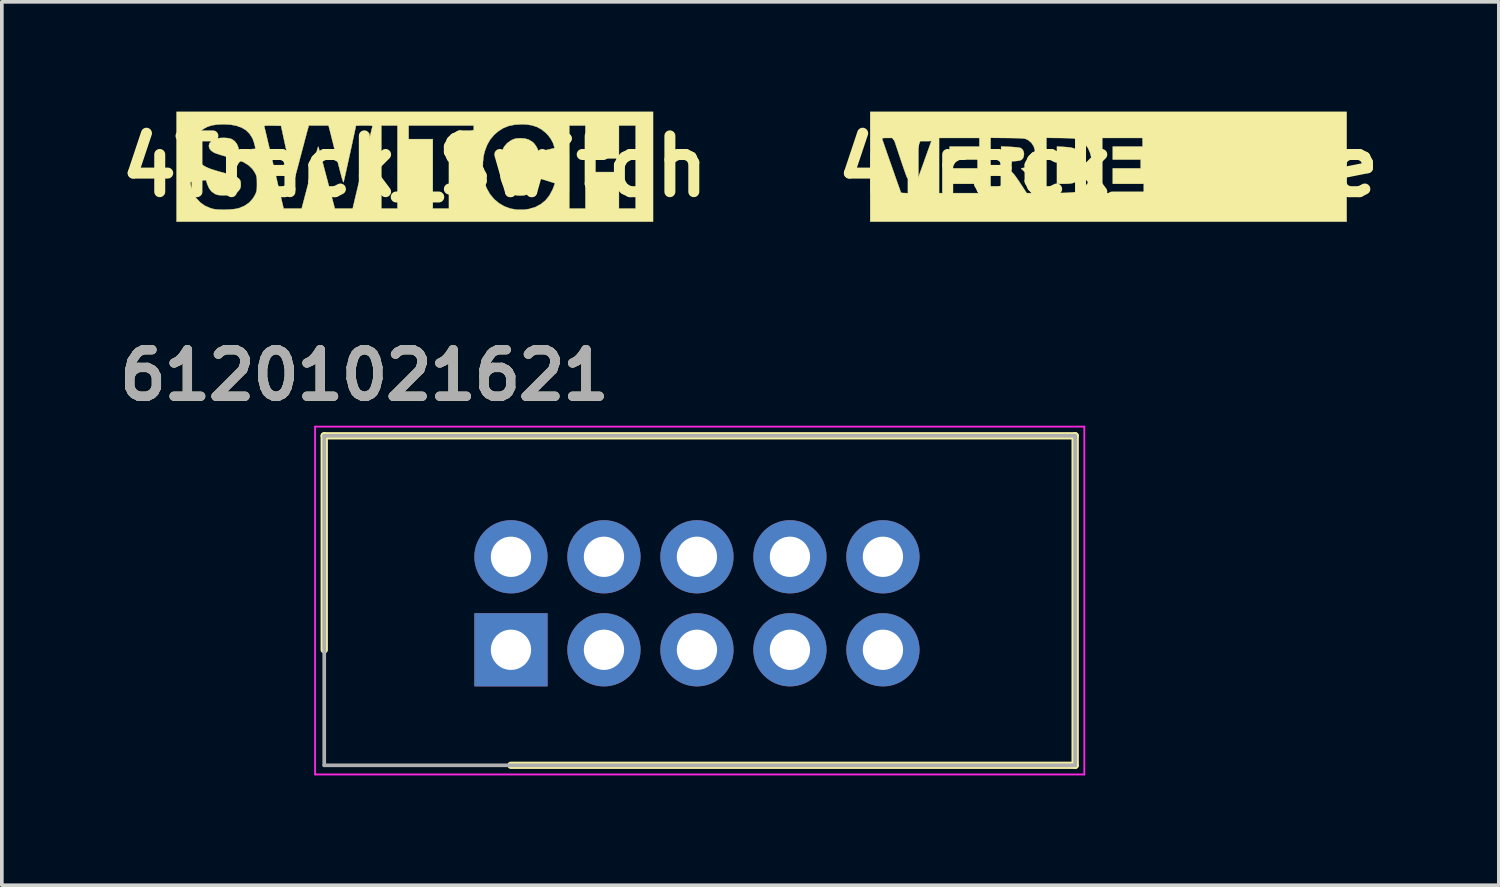
<source format=kicad_pcb>
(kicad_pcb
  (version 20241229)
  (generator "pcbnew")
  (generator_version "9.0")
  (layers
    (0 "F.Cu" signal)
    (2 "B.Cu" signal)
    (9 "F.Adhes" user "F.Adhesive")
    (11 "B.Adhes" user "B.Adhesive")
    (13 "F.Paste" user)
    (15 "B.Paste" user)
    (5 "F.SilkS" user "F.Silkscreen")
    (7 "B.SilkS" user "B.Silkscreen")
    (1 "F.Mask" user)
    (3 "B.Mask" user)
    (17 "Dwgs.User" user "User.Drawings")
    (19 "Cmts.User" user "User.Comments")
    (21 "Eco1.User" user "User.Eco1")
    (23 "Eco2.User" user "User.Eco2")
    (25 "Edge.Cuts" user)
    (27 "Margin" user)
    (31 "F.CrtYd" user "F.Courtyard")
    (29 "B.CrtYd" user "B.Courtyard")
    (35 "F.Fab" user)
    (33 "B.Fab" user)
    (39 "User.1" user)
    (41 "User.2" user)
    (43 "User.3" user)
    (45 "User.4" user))
  (footprint "61201021621"
    (layer "F.Cu")
    (at 10.906 14.698)
    (property "Reference" "61201021621" (at -4 -7.5 0) (layer "F.SilkS") (effects (font (size 1.27 1.27) (thickness 0.254))))
    (attr through_hole)
    (fp_line (start -5.1 -5.845) (end -5.1 0) (stroke (width 0.2) (type solid)) (layer "F.SilkS"))
    (fp_line (start 0 3.155) (end 15.41 3.155) (stroke (width 0.2) (type solid)) (layer "F.SilkS"))
    (fp_line (start 15.41 -5.845) (end -5.1 -5.845) (stroke (width 0.2) (type solid)) (layer "F.SilkS"))
    (fp_line (start 15.41 3.155) (end 15.41 -5.845) (stroke (width 0.2) (type solid)) (layer "F.SilkS"))
    (fp_line (start -5.35 -6.095) (end 15.66 -6.095) (stroke (width 0.05) (type solid)) (layer "F.CrtYd"))
    (fp_line (start -5.35 3.405) (end -5.35 -6.095) (stroke (width 0.05) (type solid)) (layer "F.CrtYd"))
    (fp_line (start 15.66 -6.095) (end 15.66 3.405) (stroke (width 0.05) (type solid)) (layer "F.CrtYd"))
    (fp_line (start 15.66 3.405) (end -5.35 3.405) (stroke (width 0.05) (type solid)) (layer "F.CrtYd"))
    (fp_line (start -5.1 -5.845) (end 15.41 -5.845) (stroke (width 0.1) (type solid)) (layer "F.Fab"))
    (fp_line (start -5.1 3.155) (end -5.1 -5.845) (stroke (width 0.1) (type solid)) (layer "F.Fab"))
    (fp_line (start 15.41 -5.845) (end 15.41 3.155) (stroke (width 0.1) (type solid)) (layer "F.Fab"))
    (fp_line (start 15.41 3.155) (end -5.1 3.155) (stroke (width 0.1) (type solid)) (layer "F.Fab"))
    (fp_text user "${REFERENCE}" (at -4 -7.5 0) (layer "F.Fab") (effects (font (size 1.27 1.27) (thickness 0.254))))
    (pad "1" thru_hole rect (at 0 0) (size 2 2) (drill 1.1) (layers "*.Cu" "*.Mask"))
    (pad "2" thru_hole circle (at 0 -2.54) (size 2 2) (drill 1.1) (layers "*.Cu" "*.Mask"))
    (pad "3" thru_hole circle (at 2.54 0) (size 2 2) (drill 1.1) (layers "*.Cu" "*.Mask"))
    (pad "4" thru_hole circle (at 2.54 -2.54) (size 2 2) (drill 1.1) (layers "*.Cu" "*.Mask"))
    (pad "5" thru_hole circle (at 5.08 0) (size 2 2) (drill 1.1) (layers "*.Cu" "*.Mask"))
    (pad "6" thru_hole circle (at 5.08 -2.54) (size 2 2) (drill 1.1) (layers "*.Cu" "*.Mask"))
    (pad "7" thru_hole circle (at 7.62 0) (size 2 2) (drill 1.1) (layers "*.Cu" "*.Mask"))
    (pad "8" thru_hole circle (at 7.62 -2.54) (size 2 2) (drill 1.1) (layers "*.Cu" "*.Mask"))
    (pad "9" thru_hole circle (at 10.16 0) (size 2 2) (drill 1.1) (layers "*.Cu" "*.Mask"))
    (pad "10" thru_hole circle (at 10.16 -2.54) (size 2 2) (drill 1.1) (layers "*.Cu" "*.Mask")))
  (footprint "4Track_verde"
    (layer "F.Cu")
    (at 27.225 1.496)
    (property "Reference" "4Track_verde" (at 0 0 0) (layer "F.SilkS") (effects (font (size 1.524 1.524) (thickness 0.3))))
    (attr through_hole)
    (fp_poly (pts (xy -2.69 -0.535) (xy -2.599 -0.53) (xy -2.516 -0.523) (xy -2.45 -0.515) (xy -2.408 -0.507) (xy -2.401 -0.505) (xy -2.351 -0.469) (xy -2.318 -0.411) (xy -2.305 -0.341) (xy -2.316 -0.269) (xy -2.324 -0.247) (xy -2.344 -0.211) (xy -2.37 -0.185) (xy -2.408 -0.167) (xy -2.463 -0.154) (xy -2.54 -0.146) (xy -2.644 -0.14) (xy -2.681 -0.139) (xy -2.931 -0.131) (xy -2.931 -0.547) (xy -2.69 -0.535)) (stroke (width 0.01) (type solid)) (fill yes) (layer "F.SilkS"))
    (fp_poly (pts (xy -1.207 -0.533) (xy -1.09 -0.524) (xy -1 -0.51) (xy -0.932 -0.488) (xy -0.881 -0.455) (xy -0.841 -0.409) (xy -0.805 -0.347) (xy -0.784 -0.303) (xy -0.769 -0.265) (xy -0.761 -0.224) (xy -0.756 -0.174) (xy -0.754 -0.104) (xy -0.754 -0.034) (xy -0.758 0.103) (xy -0.771 0.21) (xy -0.794 0.293) (xy -0.828 0.356) (xy -0.866 0.397) (xy -0.913 0.429) (xy -0.968 0.452) (xy -1.039 0.466) (xy -1.132 0.473) (xy -1.224 0.474) (xy -1.406 0.474) (xy -1.406 -0.544) (xy -1.207 -0.533)) (stroke (width 0.01) (type solid)) (fill yes) (layer "F.SilkS"))
    (fp_poly (pts (xy 6.507 1.508) (xy -6.507 1.508) (xy -6.507 0.732) (xy -1.694 0.732) (xy -1.317 0.725) (xy -1.187 0.722) (xy -1.085 0.719) (xy -1.007 0.714) (xy -0.948 0.708) (xy -0.903 0.701) (xy -0.866 0.691) (xy -0.856 0.687) (xy -0.73 0.626) (xy -0.63 0.544) (xy -0.577 0.475) (xy -0.513 0.35) (xy -0.471 0.211) (xy -0.449 0.062) (xy -0.447 -0.089) (xy -0.465 -0.237) (xy -0.502 -0.376) (xy -0.558 -0.501) (xy -0.632 -0.604) (xy -0.663 -0.636) (xy -0.709 -0.675) (xy -0.751 -0.706) (xy -0.795 -0.73) (xy -0.845 -0.747) (xy -0.906 -0.759) (xy -0.983 -0.767) (xy -1.082 -0.772) (xy -1.207 -0.775) (xy -1.292 -0.777) (xy -1.501 -0.779) (xy -0.169 -0.779) (xy -0.169 0.729) (xy 0.966 0.729) (xy 0.966 0.474) (xy 0.119 0.474) (xy 0.119 0.051) (xy 0.881 0.051) (xy 0.881 -0.186) (xy 0.119 -0.186) (xy 0.119 -0.542) (xy 0.932 -0.542) (xy 0.932 -0.779) (xy -0.169 -0.779) (xy -1.501 -0.779) (xy -1.694 -0.782) (xy -1.694 0.732) (xy -6.507 0.732) (xy -6.507 -0.767) (xy -6.185 -0.767) (xy -6.179 -0.749) (xy -6.164 -0.703) (xy -6.14 -0.633) (xy -6.109 -0.543) (xy -6.072 -0.436) (xy -6.03 -0.316) (xy -5.986 -0.188) (xy -5.939 -0.056) (xy -5.892 0.078) (xy -5.846 0.209) (xy -5.803 0.332) (xy -5.763 0.445) (xy -5.728 0.544) (xy -5.699 0.623) (xy -5.679 0.681) (xy -5.667 0.712) (xy -5.665 0.716) (xy -5.646 0.721) (xy -5.601 0.726) (xy -5.538 0.728) (xy -5.502 0.729) (xy -5.346 0.729) (xy -5.079 -0.014) (xy -5.025 -0.165) (xy -4.975 -0.306) (xy -4.929 -0.434) (xy -4.889 -0.546) (xy -4.856 -0.638) (xy -4.832 -0.708) (xy -4.817 -0.753) (xy -4.812 -0.768) (xy -4.828 -0.773) (xy -4.87 -0.777) (xy -4.931 -0.779) (xy -4.963 -0.779) (xy -4.626 -0.779) (xy -4.626 0.729) (xy -3.491 0.729) (xy -3.219 0.729) (xy -2.931 0.729) (xy -2.931 0.085) (xy -2.826 0.096) (xy -2.767 0.103) (xy -2.719 0.113) (xy -2.676 0.13) (xy -2.637 0.156) (xy -2.596 0.196) (xy -2.55 0.253) (xy -2.495 0.33) (xy -2.428 0.43) (xy -2.385 0.495) (xy -2.232 0.729) (xy -1.877 0.729) (xy -1.902 0.69) (xy -1.919 0.663) (xy -1.951 0.613) (xy -1.993 0.547) (xy -2.041 0.471) (xy -2.057 0.446) (xy -2.148 0.31) (xy -2.232 0.205) (xy -2.288 0.148) (xy -2.388 0.057) (xy -2.307 0.036) (xy -2.196 -0.008) (xy -2.109 -0.076) (xy -2.046 -0.167) (xy -2.01 -0.277) (xy -2.004 -0.32) (xy -2.008 -0.439) (xy -2.04 -0.547) (xy -2.098 -0.639) (xy -2.179 -0.711) (xy -2.217 -0.732) (xy -2.242 -0.744) (xy -2.267 -0.753) (xy -2.297 -0.76) (xy -2.336 -0.765) (xy -2.388 -0.769) (xy -2.459 -0.772) (xy -2.551 -0.774) (xy -2.671 -0.776) (xy -2.758 -0.777) (xy -3.219 -0.782) (xy -3.219 0.729) (xy -3.491 0.729) (xy -3.491 0.474) (xy -4.338 0.474) (xy -4.338 0.051) (xy -3.575 0.051) (xy -3.575 -0.186) (xy -4.338 -0.186) (xy -4.338 -0.542) (xy -3.524 -0.542) (xy -3.524 -0.779) (xy -4.626 -0.779) (xy -4.963 -0.779) (xy -5.114 -0.779) (xy -5.296 -0.233) (xy -5.339 -0.103) (xy -5.379 0.016) (xy -5.415 0.121) (xy -5.445 0.209) (xy -5.469 0.274) (xy -5.483 0.315) (xy -5.488 0.326) (xy -5.496 0.313) (xy -5.513 0.272) (xy -5.538 0.206) (xy -5.569 0.118) (xy -5.606 0.012) (xy -5.647 -0.108) (xy -5.685 -0.221) (xy -5.871 -0.779) (xy -6.028 -0.779) (xy -6.096 -0.778) (xy -6.149 -0.775) (xy -6.18 -0.77) (xy -6.185 -0.767) (xy -6.507 -0.767) (xy -6.507 -1.491) (xy 6.507 -1.491) (xy 6.507 1.508)) (stroke (width 0.01) (type solid)) (fill yes) (layer "F.SilkS")))
  (footprint "4Track_Switch"
    (layer "F.Cu")
    (at 8.28 1.496)
    (property "Reference" "4Track_Switch" (at 0 0 0) (layer "F.SilkS") (effects (font (size 1.524 1.524) (thickness 0.3))))
    (attr through_hole)
    (fp_poly (pts (xy 6.507 1.508) (xy -6.507 1.508) (xy -6.507 0.471) (xy -6.13 0.471) (xy -6.119 0.519) (xy -6.107 0.565) (xy -6.05 0.728) (xy -5.968 0.868) (xy -5.862 0.983) (xy -5.734 1.074) (xy -5.584 1.139) (xy -5.501 1.162) (xy -5.42 1.174) (xy -5.316 1.181) (xy -5.2 1.182) (xy -5.08 1.178) (xy -4.967 1.169) (xy -4.869 1.155) (xy -4.8 1.139) (xy -4.65 1.076) (xy -4.525 0.989) (xy -4.425 0.88) (xy -4.357 0.765) (xy -4.338 0.72) (xy -4.324 0.678) (xy -4.317 0.631) (xy -4.313 0.57) (xy -4.312 0.485) (xy -4.312 0.474) (xy -4.313 0.387) (xy -4.316 0.325) (xy -4.323 0.278) (xy -4.335 0.238) (xy -4.354 0.195) (xy -4.359 0.184) (xy -4.434 0.069) (xy -4.539 -0.031) (xy -4.671 -0.114) (xy -4.821 -0.177) (xy -4.868 -0.192) (xy -4.939 -0.213) (xy -5.027 -0.237) (xy -5.121 -0.263) (xy -5.154 -0.272) (xy -5.25 -0.298) (xy -5.341 -0.326) (xy -5.419 -0.352) (xy -5.476 -0.374) (xy -5.489 -0.381) (xy -5.565 -0.433) (xy -5.611 -0.495) (xy -5.626 -0.561) (xy -5.61 -0.626) (xy -5.564 -0.687) (xy -5.488 -0.737) (xy -5.485 -0.738) (xy -5.406 -0.763) (xy -5.309 -0.778) (xy -5.205 -0.781) (xy -5.106 -0.774) (xy -5.024 -0.755) (xy -5.006 -0.748) (xy -4.922 -0.692) (xy -4.859 -0.612) (xy -4.825 -0.53) (xy -4.804 -0.454) (xy -4.584 -0.466) (xy -4.501 -0.471) (xy -4.432 -0.475) (xy -4.383 -0.479) (xy -4.36 -0.482) (xy -4.359 -0.482) (xy -4.357 -0.503) (xy -4.364 -0.547) (xy -4.379 -0.605) (xy -4.397 -0.669) (xy -4.418 -0.729) (xy -4.439 -0.778) (xy -4.44 -0.779) (xy -4.515 -0.896) (xy -4.612 -0.99) (xy -4.731 -1.062) (xy -4.831 -1.098) (xy -4.113 -1.098) (xy -4.108 -1.078) (xy -4.096 -1.028) (xy -4.077 -0.95) (xy -4.053 -0.848) (xy -4.024 -0.724) (xy -3.99 -0.58) (xy -3.952 -0.421) (xy -3.911 -0.247) (xy -3.868 -0.062) (xy -3.845 0.038) (xy -3.584 1.152) (xy -3.338 1.152) (xy -3.091 1.152) (xy -2.889 0.385) (xy -2.837 0.186) (xy -2.792 0.018) (xy -2.755 -0.123) (xy -2.724 -0.239) (xy -2.699 -0.331) (xy -2.68 -0.403) (xy -2.665 -0.457) (xy -2.654 -0.495) (xy -2.646 -0.519) (xy -2.64 -0.533) (xy -2.636 -0.539) (xy -2.634 -0.539) (xy -2.629 -0.522) (xy -2.616 -0.475) (xy -2.596 -0.402) (xy -2.57 -0.306) (xy -2.539 -0.19) (xy -2.503 -0.057) (xy -2.465 0.089) (xy -2.423 0.246) (xy -2.423 0.246) (xy -2.381 0.405) (xy -2.342 0.556) (xy -2.305 0.695) (xy -2.273 0.819) (xy -2.245 0.923) (xy -2.223 1.006) (xy -2.208 1.062) (xy -2.201 1.089) (xy -2.185 1.152) (xy -1.697 1.152) (xy -1.671 1.038) (xy -1.66 0.992) (xy -1.643 0.919) (xy -1.62 0.823) (xy -1.593 0.708) (xy -1.561 0.575) (xy -1.526 0.43) (xy -1.489 0.275) (xy -1.45 0.114) (xy -1.411 -0.049) (xy -1.372 -0.212) (xy -1.334 -0.371) (xy -1.297 -0.523) (xy -1.263 -0.663) (xy -1.232 -0.79) (xy -1.206 -0.898) (xy -1.185 -0.986) (xy -1.169 -1.048) (xy -1.161 -1.083) (xy -1.159 -1.089) (xy -1.158 -1.101) (xy -1.166 -1.109) (xy -1.19 -1.114) (xy -1.232 -1.117) (xy -1.3 -1.118) (xy -1.38 -1.118) (xy -0.915 -1.118) (xy -0.915 1.152) (xy -0.474 1.152) (xy -0.474 -1.118) (xy -0.169 -1.118) (xy -0.169 -0.746) (xy 0.491 -0.746) (xy 0.491 1.152) (xy 0.932 1.152) (xy 0.932 0.019) (xy 1.857 0.019) (xy 1.861 0.162) (xy 1.873 0.294) (xy 1.893 0.404) (xy 1.895 0.412) (xy 1.96 0.593) (xy 2.05 0.753) (xy 2.163 0.89) (xy 2.296 1.003) (xy 2.446 1.091) (xy 2.61 1.151) (xy 2.787 1.182) (xy 2.974 1.183) (xy 3.126 1.161) (xy 3.294 1.11) (xy 3.442 1.031) (xy 3.57 0.927) (xy 3.676 0.795) (xy 3.761 0.637) (xy 3.79 0.566) (xy 3.829 0.458) (xy 3.614 0.391) (xy 3.535 0.366) (xy 3.468 0.346) (xy 3.42 0.332) (xy 3.398 0.326) (xy 3.396 0.327) (xy 3.39 0.343) (xy 3.377 0.383) (xy 3.365 0.417) (xy 3.31 0.544) (xy 3.235 0.649) (xy 3.143 0.728) (xy 3.054 0.772) (xy 2.979 0.789) (xy 2.886 0.795) (xy 2.79 0.79) (xy 2.706 0.775) (xy 2.69 0.77) (xy 2.584 0.716) (xy 2.494 0.635) (xy 2.42 0.528) (xy 2.366 0.4) (xy 2.346 0.324) (xy 2.334 0.247) (xy 2.327 0.148) (xy 2.323 0.037) (xy 2.323 -0.074) (xy 2.327 -0.174) (xy 2.335 -0.254) (xy 2.337 -0.265) (xy 2.378 -0.415) (xy 2.44 -0.539) (xy 2.524 -0.637) (xy 2.629 -0.711) (xy 2.659 -0.726) (xy 2.719 -0.751) (xy 2.777 -0.764) (xy 2.847 -0.769) (xy 2.889 -0.77) (xy 3.01 -0.761) (xy 3.111 -0.731) (xy 3.202 -0.678) (xy 3.233 -0.653) (xy 3.27 -0.613) (xy 3.309 -0.558) (xy 3.343 -0.499) (xy 3.366 -0.447) (xy 3.372 -0.419) (xy 3.379 -0.411) (xy 3.403 -0.409) (xy 3.448 -0.416) (xy 3.518 -0.43) (xy 3.593 -0.448) (xy 3.815 -0.5) (xy 3.805 -0.549) (xy 3.775 -0.64) (xy 3.723 -0.74) (xy 3.654 -0.836) (xy 3.583 -0.913) (xy 3.465 -1.009) (xy 3.34 -1.078) (xy 3.217 -1.118) (xy 4.219 -1.118) (xy 4.219 1.152) (xy 4.66 1.152) (xy 4.66 0.153) (xy 5.575 0.153) (xy 5.575 1.152) (xy 6.032 1.152) (xy 6.032 -1.118) (xy 5.575 -1.118) (xy 5.575 -0.22) (xy 4.66 -0.22) (xy 4.66 -1.118) (xy 4.219 -1.118) (xy 3.217 -1.118) (xy 3.202 -1.123) (xy 3.045 -1.147) (xy 2.915 -1.152) (xy 2.726 -1.14) (xy 2.559 -1.105) (xy 2.409 -1.044) (xy 2.272 -0.955) (xy 2.167 -0.863) (xy 2.061 -0.738) (xy 1.977 -0.592) (xy 1.912 -0.422) (xy 1.896 -0.364) (xy 1.874 -0.254) (xy 1.861 -0.123) (xy 1.857 0.019) (xy 0.932 0.019) (xy 0.932 -0.746) (xy 1.61 -0.746) (xy 1.61 -1.118) (xy -0.169 -1.118) (xy -0.474 -1.118) (xy -0.915 -1.118) (xy -1.38 -1.118) (xy -1.464 -1.118) (xy -1.534 -1.116) (xy -1.584 -1.113) (xy -1.608 -1.11) (xy -1.61 -1.109) (xy -1.613 -1.089) (xy -1.623 -1.039) (xy -1.639 -0.965) (xy -1.659 -0.87) (xy -1.683 -0.758) (xy -1.71 -0.633) (xy -1.739 -0.499) (xy -1.769 -0.361) (xy -1.8 -0.222) (xy -1.83 -0.086) (xy -1.858 0.042) (xy -1.884 0.159) (xy -1.906 0.26) (xy -1.925 0.341) (xy -1.938 0.398) (xy -1.945 0.428) (xy -1.946 0.431) (xy -1.953 0.427) (xy -1.966 0.395) (xy -1.985 0.335) (xy -2.01 0.245) (xy -2.042 0.125) (xy -2.081 -0.026) (xy -2.128 -0.209) (xy -2.141 -0.264) (xy -2.18 -0.418) (xy -2.216 -0.563) (xy -2.25 -0.697) (xy -2.279 -0.815) (xy -2.304 -0.914) (xy -2.323 -0.99) (xy -2.336 -1.039) (xy -2.34 -1.055) (xy -2.357 -1.118) (xy -2.895 -1.118) (xy -2.92 -1.029) (xy -2.93 -0.994) (xy -2.948 -0.93) (xy -2.971 -0.84) (xy -3.001 -0.731) (xy -3.034 -0.604) (xy -3.071 -0.465) (xy -3.11 -0.316) (xy -3.127 -0.254) (xy -3.165 -0.108) (xy -3.201 0.029) (xy -3.234 0.151) (xy -3.262 0.256) (xy -3.285 0.34) (xy -3.302 0.4) (xy -3.311 0.433) (xy -3.313 0.438) (xy -3.314 0.438) (xy -3.317 0.435) (xy -3.32 0.425) (xy -3.325 0.406) (xy -3.332 0.376) (xy -3.342 0.331) (xy -3.356 0.27) (xy -3.374 0.189) (xy -3.396 0.087) (xy -3.424 -0.04) (xy -3.457 -0.194) (xy -3.496 -0.378) (xy -3.513 -0.458) (xy -3.654 -1.11) (xy -3.888 -1.115) (xy -3.984 -1.116) (xy -4.05 -1.115) (xy -4.091 -1.112) (xy -4.111 -1.106) (xy -4.113 -1.098) (xy -4.831 -1.098) (xy -4.874 -1.113) (xy -5.041 -1.143) (xy -5.228 -1.152) (xy -5.396 -1.145) (xy -5.539 -1.123) (xy -5.661 -1.085) (xy -5.769 -1.027) (xy -5.86 -0.957) (xy -5.949 -0.856) (xy -6.009 -0.741) (xy -6.042 -0.618) (xy -6.048 -0.491) (xy -6.026 -0.366) (xy -5.977 -0.246) (xy -5.902 -0.137) (xy -5.8 -0.044) (xy -5.799 -0.043) (xy -5.74 -0.005) (xy -5.67 0.031) (xy -5.584 0.066) (xy -5.478 0.101) (xy -5.347 0.14) (xy -5.236 0.17) (xy -5.095 0.209) (xy -4.984 0.243) (xy -4.9 0.275) (xy -4.838 0.307) (xy -4.796 0.342) (xy -4.77 0.381) (xy -4.757 0.428) (xy -4.753 0.483) (xy -4.753 0.49) (xy -4.756 0.554) (xy -4.77 0.601) (xy -4.797 0.645) (xy -4.801 0.65) (xy -4.85 0.705) (xy -4.904 0.744) (xy -4.97 0.769) (xy -5.054 0.783) (xy -5.164 0.788) (xy -5.185 0.788) (xy -5.274 0.787) (xy -5.337 0.784) (xy -5.384 0.777) (xy -5.424 0.765) (xy -5.462 0.748) (xy -5.551 0.685) (xy -5.62 0.595) (xy -5.67 0.479) (xy -5.671 0.476) (xy -5.687 0.424) (xy -5.699 0.387) (xy -5.704 0.375) (xy -5.721 0.375) (xy -5.766 0.377) (xy -5.831 0.382) (xy -5.911 0.389) (xy -5.921 0.39) (xy -6.012 0.399) (xy -6.074 0.408) (xy -6.112 0.42) (xy -6.129 0.44) (xy -6.13 0.471) (xy -6.507 0.471) (xy -6.507 -1.491) (xy 6.507 -1.491) (xy 6.507 1.508)) (stroke (width 0.01) (type solid)) (fill yes) (layer "F.SilkS")))
  (gr_rect
    (start -3 -3)
    (end 37.888 21.128)
    (stroke (width 0.1) (type default))
    (fill no)
    (layer "Edge.Cuts")))
</source>
